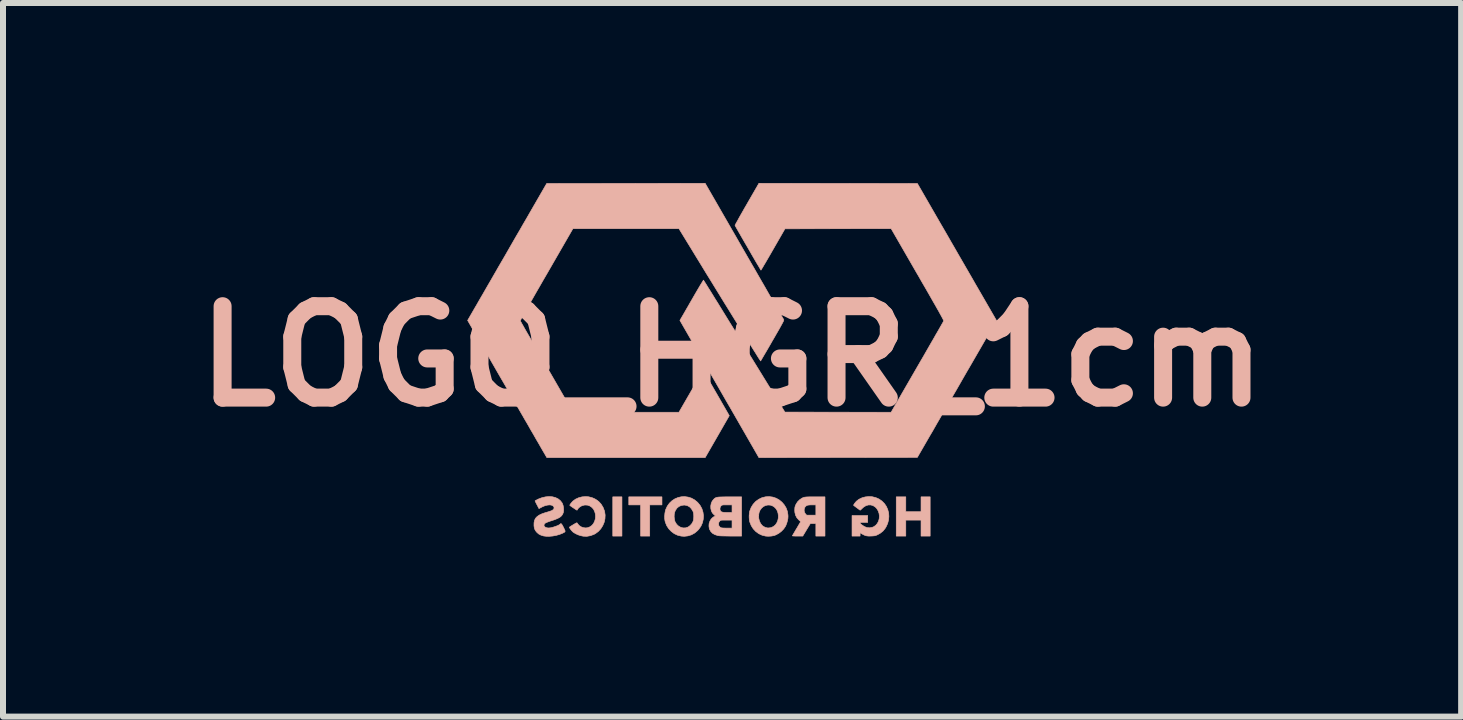
<source format=kicad_pcb>
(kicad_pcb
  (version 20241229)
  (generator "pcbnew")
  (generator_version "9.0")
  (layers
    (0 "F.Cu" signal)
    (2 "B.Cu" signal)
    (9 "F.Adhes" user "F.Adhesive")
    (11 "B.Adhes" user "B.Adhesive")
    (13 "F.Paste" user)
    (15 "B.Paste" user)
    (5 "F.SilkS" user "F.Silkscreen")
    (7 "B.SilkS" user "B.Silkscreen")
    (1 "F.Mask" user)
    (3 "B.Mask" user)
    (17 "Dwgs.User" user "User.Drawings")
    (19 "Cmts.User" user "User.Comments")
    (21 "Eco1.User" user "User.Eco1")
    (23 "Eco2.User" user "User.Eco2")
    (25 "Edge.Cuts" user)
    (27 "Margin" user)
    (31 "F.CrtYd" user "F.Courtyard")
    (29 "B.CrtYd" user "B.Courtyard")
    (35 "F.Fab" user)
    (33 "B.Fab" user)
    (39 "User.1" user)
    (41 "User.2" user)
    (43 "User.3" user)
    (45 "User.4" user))
  (footprint "LOGO_HGR_1cm"
    (layer "F.Cu")
    (at 9.151 2.888)
    (property "Reference" "LOGO_HGR_1cm" (at 0 0 0) (layer "B.SilkS") (effects (font (size 1.524 1.524) (thickness 0.3))))
    (attr through_hole)
    (fp_poly (pts (xy -1.835 2.997) (xy -1.988 2.997) (xy -1.988 2.343) (xy -1.835 2.343) (xy -1.835 2.997)) (stroke (width 0.01) (type solid)) (fill yes) (layer "B.SilkS"))
    (fp_poly (pts (xy -1.168 2.477) (xy -1.372 2.477) (xy -1.372 2.997) (xy -1.524 2.997) (xy -1.524 2.477) (xy -1.721 2.477) (xy -1.721 2.343) (xy -1.168 2.343) (xy -1.168 2.477)) (stroke (width 0.01) (type solid)) (fill yes) (layer "B.SilkS"))
    (fp_poly (pts (xy 2.896 2.591) (xy 3.15 2.591) (xy 3.15 2.343) (xy 3.302 2.343) (xy 3.302 2.997) (xy 3.15 2.997) (xy 3.15 2.731) (xy 2.896 2.731) (xy 2.896 2.997) (xy 2.737 2.997) (xy 2.737 2.343) (xy 2.896 2.343) (xy 2.896 2.591)) (stroke (width 0.01) (type solid)) (fill yes) (layer "B.SilkS"))
    (fp_poly (pts (xy 1.549 2.997) (xy 1.397 2.997) (xy 1.397 2.788) (xy 1.305 2.788) (xy 1.242 2.892) (xy 1.179 2.997) (xy 1.091 2.997) (xy 1.059 2.997) (xy 1.033 2.996) (xy 1.015 2.995) (xy 1.006 2.993) (xy 1.005 2.992) (xy 1.009 2.986) (xy 1.018 2.97) (xy 1.032 2.946) (xy 1.049 2.917) (xy 1.069 2.883) (xy 1.076 2.872) (xy 1.144 2.756) (xy 1.113 2.728) (xy 1.08 2.691) (xy 1.059 2.65) (xy 1.047 2.602) (xy 1.045 2.572) (xy 1.202 2.572) (xy 1.208 2.601) (xy 1.224 2.627) (xy 1.226 2.629) (xy 1.243 2.648) (xy 1.397 2.648) (xy 1.397 2.477) (xy 1.338 2.477) (xy 1.309 2.477) (xy 1.282 2.479) (xy 1.261 2.482) (xy 1.256 2.483) (xy 1.232 2.496) (xy 1.214 2.517) (xy 1.204 2.543) (xy 1.202 2.572) (xy 1.045 2.572) (xy 1.045 2.565) (xy 1.046 2.537) (xy 1.048 2.515) (xy 1.054 2.496) (xy 1.063 2.474) (xy 1.065 2.469) (xy 1.092 2.426) (xy 1.127 2.391) (xy 1.167 2.364) (xy 1.185 2.356) (xy 1.196 2.352) (xy 1.208 2.349) (xy 1.223 2.347) (xy 1.241 2.345) (xy 1.264 2.344) (xy 1.296 2.343) (xy 1.336 2.343) (xy 1.385 2.343) (xy 1.549 2.343) (xy 1.549 2.997)) (stroke (width 0.01) (type solid)) (fill yes) (layer "B.SilkS"))
    (fp_poly (pts (xy 0.68 2.347) (xy 0.736 2.366) (xy 0.787 2.395) (xy 0.832 2.432) (xy 0.87 2.476) (xy 0.901 2.527) (xy 0.922 2.584) (xy 0.932 2.645) (xy 0.933 2.671) (xy 0.931 2.704) (xy 0.923 2.743) (xy 0.912 2.782) (xy 0.898 2.818) (xy 0.891 2.833) (xy 0.862 2.876) (xy 0.824 2.916) (xy 0.78 2.95) (xy 0.733 2.976) (xy 0.702 2.988) (xy 0.654 2.997) (xy 0.603 3) (xy 0.559 2.997) (xy 0.499 2.982) (xy 0.444 2.956) (xy 0.395 2.92) (xy 0.353 2.875) (xy 0.32 2.823) (xy 0.296 2.763) (xy 0.295 2.76) (xy 0.288 2.723) (xy 0.285 2.679) (xy 0.286 2.653) (xy 0.443 2.653) (xy 0.445 2.7) (xy 0.456 2.745) (xy 0.475 2.786) (xy 0.501 2.819) (xy 0.521 2.835) (xy 0.559 2.854) (xy 0.598 2.862) (xy 0.639 2.858) (xy 0.654 2.854) (xy 0.691 2.837) (xy 0.722 2.811) (xy 0.745 2.778) (xy 0.762 2.739) (xy 0.771 2.698) (xy 0.772 2.655) (xy 0.766 2.613) (xy 0.753 2.574) (xy 0.731 2.539) (xy 0.702 2.51) (xy 0.679 2.496) (xy 0.639 2.481) (xy 0.598 2.479) (xy 0.559 2.487) (xy 0.522 2.505) (xy 0.491 2.532) (xy 0.466 2.567) (xy 0.45 2.607) (xy 0.443 2.653) (xy 0.286 2.653) (xy 0.287 2.634) (xy 0.292 2.593) (xy 0.295 2.58) (xy 0.319 2.519) (xy 0.352 2.466) (xy 0.394 2.42) (xy 0.444 2.384) (xy 0.499 2.357) (xy 0.56 2.342) (xy 0.621 2.339) (xy 0.68 2.347)) (stroke (width 0.01) (type solid)) (fill yes) (layer "B.SilkS"))
    (fp_poly (pts (xy -0.733 2.347) (xy -0.678 2.364) (xy -0.625 2.393) (xy -0.576 2.433) (xy -0.572 2.437) (xy -0.532 2.486) (xy -0.502 2.541) (xy -0.484 2.599) (xy -0.476 2.658) (xy -0.48 2.718) (xy -0.494 2.777) (xy -0.519 2.833) (xy -0.556 2.885) (xy -0.575 2.906) (xy -0.623 2.946) (xy -0.677 2.976) (xy -0.736 2.994) (xy -0.797 3.001) (xy -0.848 2.997) (xy -0.909 2.982) (xy -0.964 2.956) (xy -1.013 2.919) (xy -1.055 2.875) (xy -1.089 2.823) (xy -1.112 2.765) (xy -1.118 2.742) (xy -1.123 2.705) (xy -1.123 2.672) (xy -0.965 2.672) (xy -0.961 2.712) (xy -0.953 2.748) (xy -0.947 2.763) (xy -0.923 2.801) (xy -0.891 2.831) (xy -0.855 2.851) (xy -0.816 2.861) (xy -0.775 2.86) (xy -0.735 2.847) (xy -0.731 2.845) (xy -0.698 2.821) (xy -0.669 2.788) (xy -0.653 2.759) (xy -0.645 2.739) (xy -0.641 2.719) (xy -0.639 2.694) (xy -0.638 2.67) (xy -0.639 2.638) (xy -0.642 2.615) (xy -0.647 2.595) (xy -0.653 2.581) (xy -0.678 2.54) (xy -0.709 2.509) (xy -0.746 2.489) (xy -0.789 2.48) (xy -0.8 2.48) (xy -0.844 2.486) (xy -0.884 2.503) (xy -0.917 2.53) (xy -0.943 2.567) (xy -0.956 2.599) (xy -0.963 2.632) (xy -0.965 2.672) (xy -1.123 2.672) (xy -1.123 2.661) (xy -1.119 2.615) (xy -1.111 2.574) (xy -1.106 2.556) (xy -1.079 2.498) (xy -1.044 2.449) (xy -1.002 2.409) (xy -0.954 2.377) (xy -0.902 2.355) (xy -0.847 2.342) (xy -0.79 2.339) (xy -0.733 2.347)) (stroke (width 0.01) (type solid)) (fill yes) (layer "B.SilkS"))
    (fp_poly (pts (xy 2.336 2.341) (xy 2.397 2.356) (xy 2.452 2.381) (xy 2.499 2.414) (xy 2.54 2.455) (xy 2.572 2.502) (xy 2.595 2.554) (xy 2.61 2.61) (xy 2.614 2.668) (xy 2.609 2.728) (xy 2.593 2.788) (xy 2.566 2.846) (xy 2.551 2.87) (xy 2.515 2.914) (xy 2.468 2.951) (xy 2.422 2.976) (xy 2.401 2.985) (xy 2.38 2.991) (xy 2.356 2.994) (xy 2.324 2.996) (xy 2.321 2.996) (xy 2.28 2.997) (xy 2.247 2.994) (xy 2.219 2.987) (xy 2.192 2.975) (xy 2.17 2.963) (xy 2.134 2.941) (xy 2.134 2.997) (xy 2 2.997) (xy 2 2.654) (xy 2.261 2.654) (xy 2.261 2.769) (xy 2.197 2.769) (xy 2.165 2.769) (xy 2.144 2.771) (xy 2.135 2.776) (xy 2.136 2.784) (xy 2.147 2.797) (xy 2.162 2.809) (xy 2.205 2.838) (xy 2.249 2.855) (xy 2.294 2.859) (xy 2.337 2.851) (xy 2.36 2.842) (xy 2.395 2.818) (xy 2.422 2.786) (xy 2.442 2.748) (xy 2.453 2.706) (xy 2.456 2.662) (xy 2.45 2.618) (xy 2.435 2.576) (xy 2.412 2.538) (xy 2.388 2.513) (xy 2.352 2.49) (xy 2.313 2.478) (xy 2.272 2.478) (xy 2.232 2.49) (xy 2.194 2.513) (xy 2.174 2.531) (xy 2.157 2.547) (xy 2.144 2.56) (xy 2.136 2.565) (xy 2.136 2.565) (xy 2.13 2.562) (xy 2.116 2.552) (xy 2.097 2.538) (xy 2.081 2.526) (xy 2.059 2.51) (xy 2.041 2.496) (xy 2.03 2.488) (xy 2.027 2.486) (xy 2.027 2.479) (xy 2.034 2.465) (xy 2.046 2.448) (xy 2.061 2.43) (xy 2.074 2.415) (xy 2.116 2.383) (xy 2.166 2.359) (xy 2.221 2.344) (xy 2.28 2.338) (xy 2.336 2.341)) (stroke (width 0.01) (type solid)) (fill yes) (layer "B.SilkS"))
    (fp_poly (pts (xy -2.39 2.342) (xy -2.329 2.358) (xy -2.273 2.384) (xy -2.223 2.42) (xy -2.182 2.465) (xy -2.149 2.519) (xy -2.126 2.579) (xy -2.124 2.587) (xy -2.115 2.647) (xy -2.118 2.708) (xy -2.131 2.767) (xy -2.155 2.823) (xy -2.187 2.874) (xy -2.228 2.919) (xy -2.276 2.955) (xy -2.3 2.968) (xy -2.359 2.99) (xy -2.419 3.001) (xy -2.48 2.999) (xy -2.522 2.99) (xy -2.566 2.976) (xy -2.607 2.957) (xy -2.642 2.936) (xy -2.65 2.93) (xy -2.663 2.917) (xy -2.679 2.9) (xy -2.693 2.881) (xy -2.705 2.864) (xy -2.711 2.852) (xy -2.711 2.85) (xy -2.706 2.845) (xy -2.693 2.836) (xy -2.674 2.824) (xy -2.651 2.81) (xy -2.629 2.797) (xy -2.609 2.785) (xy -2.594 2.778) (xy -2.587 2.775) (xy -2.58 2.78) (xy -2.572 2.792) (xy -2.571 2.794) (xy -2.549 2.82) (xy -2.519 2.841) (xy -2.483 2.855) (xy -2.444 2.861) (xy -2.407 2.858) (xy -2.406 2.857) (xy -2.367 2.842) (xy -2.334 2.818) (xy -2.308 2.786) (xy -2.29 2.749) (xy -2.278 2.708) (xy -2.275 2.666) (xy -2.279 2.624) (xy -2.291 2.584) (xy -2.31 2.547) (xy -2.339 2.516) (xy -2.37 2.495) (xy -2.41 2.481) (xy -2.453 2.479) (xy -2.485 2.486) (xy -2.512 2.496) (xy -2.538 2.512) (xy -2.559 2.53) (xy -2.573 2.548) (xy -2.575 2.553) (xy -2.581 2.563) (xy -2.585 2.565) (xy -2.591 2.562) (xy -2.606 2.553) (xy -2.625 2.54) (xy -2.648 2.525) (xy -2.67 2.51) (xy -2.69 2.496) (xy -2.704 2.485) (xy -2.703 2.479) (xy -2.696 2.466) (xy -2.683 2.449) (xy -2.668 2.431) (xy -2.652 2.414) (xy -2.651 2.413) (xy -2.607 2.381) (xy -2.556 2.358) (xy -2.499 2.343) (xy -2.439 2.339) (xy -2.39 2.342)) (stroke (width 0.01) (type solid)) (fill yes) (layer "B.SilkS"))
    (fp_poly (pts (xy 0.159 2.997) (xy -0.021 2.997) (xy -0.082 2.996) (xy -0.135 2.995) (xy -0.179 2.994) (xy -0.211 2.992) (xy -0.232 2.989) (xy -0.235 2.989) (xy -0.285 2.973) (xy -0.325 2.951) (xy -0.354 2.921) (xy -0.375 2.883) (xy -0.379 2.871) (xy -0.385 2.83) (xy -0.383 2.797) (xy -0.226 2.797) (xy -0.22 2.823) (xy -0.204 2.844) (xy -0.195 2.852) (xy -0.185 2.857) (xy -0.173 2.86) (xy -0.156 2.862) (xy -0.133 2.863) (xy -0.1 2.864) (xy -0.087 2.864) (xy 0 2.864) (xy 0 2.731) (xy -0.096 2.731) (xy -0.132 2.731) (xy -0.159 2.731) (xy -0.176 2.732) (xy -0.188 2.734) (xy -0.196 2.738) (xy -0.202 2.743) (xy -0.206 2.747) (xy -0.221 2.771) (xy -0.226 2.797) (xy -0.383 2.797) (xy -0.382 2.788) (xy -0.369 2.749) (xy -0.349 2.714) (xy -0.322 2.687) (xy -0.299 2.672) (xy -0.285 2.666) (xy -0.279 2.661) (xy -0.279 2.661) (xy -0.284 2.655) (xy -0.295 2.645) (xy -0.302 2.639) (xy -0.328 2.611) (xy -0.345 2.576) (xy -0.354 2.536) (xy -0.354 2.535) (xy -0.201 2.535) (xy -0.2 2.56) (xy -0.195 2.572) (xy -0.187 2.584) (xy -0.175 2.593) (xy -0.158 2.598) (xy -0.134 2.602) (xy -0.1 2.603) (xy -0.078 2.603) (xy 0 2.603) (xy 0 2.477) (xy -0.082 2.477) (xy -0.116 2.477) (xy -0.14 2.477) (xy -0.156 2.479) (xy -0.167 2.482) (xy -0.176 2.486) (xy -0.181 2.491) (xy -0.195 2.51) (xy -0.201 2.535) (xy -0.354 2.535) (xy -0.355 2.494) (xy -0.347 2.453) (xy -0.331 2.415) (xy -0.307 2.385) (xy -0.296 2.374) (xy -0.285 2.365) (xy -0.273 2.358) (xy -0.258 2.353) (xy -0.24 2.349) (xy -0.216 2.346) (xy -0.186 2.345) (xy -0.146 2.344) (xy -0.098 2.343) (xy -0.04 2.343) (xy 0.159 2.343) (xy 0.159 2.997)) (stroke (width 0.01) (type solid)) (fill yes) (layer "B.SilkS"))
    (fp_poly (pts (xy -2.993 2.342) (xy -2.943 2.355) (xy -2.898 2.377) (xy -2.861 2.407) (xy -2.832 2.445) (xy -2.828 2.453) (xy -2.816 2.485) (xy -2.809 2.522) (xy -2.807 2.56) (xy -2.81 2.595) (xy -2.813 2.607) (xy -2.824 2.633) (xy -2.839 2.656) (xy -2.86 2.676) (xy -2.889 2.694) (xy -2.926 2.711) (xy -2.973 2.729) (xy -3.007 2.74) (xy -3.041 2.751) (xy -3.071 2.762) (xy -3.095 2.772) (xy -3.11 2.779) (xy -3.113 2.781) (xy -3.13 2.799) (xy -3.135 2.817) (xy -3.129 2.833) (xy -3.115 2.847) (xy -3.093 2.857) (xy -3.065 2.862) (xy -3.033 2.86) (xy -3.005 2.855) (xy -2.974 2.846) (xy -2.941 2.835) (xy -2.911 2.824) (xy -2.886 2.812) (xy -2.868 2.801) (xy -2.861 2.794) (xy -2.854 2.788) (xy -2.847 2.791) (xy -2.837 2.802) (xy -2.824 2.823) (xy -2.808 2.854) (xy -2.794 2.883) (xy -2.785 2.903) (xy -2.782 2.917) (xy -2.786 2.927) (xy -2.797 2.935) (xy -2.815 2.944) (xy -2.824 2.949) (xy -2.874 2.969) (xy -2.93 2.985) (xy -2.989 2.996) (xy -3.047 3.001) (xy -3.101 3) (xy -3.141 2.995) (xy -3.186 2.981) (xy -3.222 2.962) (xy -3.252 2.936) (xy -3.275 2.908) (xy -3.29 2.879) (xy -3.298 2.846) (xy -3.301 2.819) (xy -3.3 2.774) (xy -3.292 2.735) (xy -3.276 2.701) (xy -3.25 2.673) (xy -3.215 2.648) (xy -3.169 2.626) (xy -3.111 2.606) (xy -3.092 2.601) (xy -3.062 2.592) (xy -3.034 2.583) (xy -3.012 2.575) (xy -3.002 2.571) (xy -2.979 2.555) (xy -2.967 2.536) (xy -2.967 2.517) (xy -2.979 2.498) (xy -2.981 2.496) (xy -3.004 2.483) (xy -3.035 2.477) (xy -3.072 2.48) (xy -3.113 2.489) (xy -3.156 2.506) (xy -3.179 2.518) (xy -3.218 2.539) (xy -3.25 2.477) (xy -3.264 2.451) (xy -3.274 2.43) (xy -3.281 2.415) (xy -3.283 2.41) (xy -3.278 2.406) (xy -3.263 2.398) (xy -3.242 2.387) (xy -3.231 2.381) (xy -3.168 2.357) (xy -3.107 2.343) (xy -3.049 2.338) (xy -2.993 2.342)) (stroke (width 0.01) (type solid)) (fill yes) (layer "B.SilkS"))
    (fp_poly (pts (xy 3.089 -2.88) (xy 3.472 -2.216) (xy 3.528 -2.12) (xy 3.587 -2.018) (xy 3.647 -1.913) (xy 3.709 -1.806) (xy 3.771 -1.698) (xy 3.833 -1.591) (xy 3.893 -1.487) (xy 3.951 -1.387) (xy 4.006 -1.292) (xy 4.056 -1.204) (xy 4.102 -1.125) (xy 4.131 -1.075) (xy 4.407 -0.597) (xy 3.968 0.163) (xy 3.91 0.262) (xy 3.852 0.363) (xy 3.793 0.466) (xy 3.734 0.569) (xy 3.675 0.67) (xy 3.618 0.77) (xy 3.562 0.866) (xy 3.509 0.957) (xy 3.459 1.044) (xy 3.413 1.123) (xy 3.372 1.195) (xy 3.336 1.258) (xy 3.308 1.305) (xy 3.088 1.686) (xy 1.768 1.687) (xy 0.448 1.689) (xy 0.018 0.941) (xy -0.039 0.842) (xy -0.098 0.741) (xy -0.157 0.638) (xy -0.216 0.535) (xy -0.275 0.433) (xy -0.333 0.332) (xy -0.389 0.235) (xy -0.442 0.142) (xy -0.493 0.055) (xy -0.539 -0.026) (xy -0.581 -0.099) (xy -0.618 -0.163) (xy -0.641 -0.202) (xy -0.869 -0.598) (xy -0.802 -0.713) (xy -0.783 -0.746) (xy -0.759 -0.788) (xy -0.731 -0.836) (xy -0.701 -0.889) (xy -0.669 -0.944) (xy -0.637 -1) (xy -0.608 -1.05) (xy -0.58 -1.098) (xy -0.554 -1.142) (xy -0.531 -1.181) (xy -0.51 -1.215) (xy -0.494 -1.241) (xy -0.483 -1.259) (xy -0.476 -1.268) (xy -0.476 -1.269) (xy -0.472 -1.263) (xy -0.462 -1.247) (xy -0.446 -1.222) (xy -0.424 -1.187) (xy -0.397 -1.143) (xy -0.364 -1.091) (xy -0.327 -1.031) (xy -0.286 -0.964) (xy -0.24 -0.891) (xy -0.191 -0.811) (xy -0.138 -0.725) (xy -0.082 -0.634) (xy -0.023 -0.538) (xy 0.039 -0.439) (xy 0.103 -0.335) (xy 0.168 -0.228) (xy 0.205 -0.168) (xy 0.881 0.93) (xy 1.766 0.932) (xy 2.651 0.933) (xy 3.086 0.18) (xy 3.138 0.09) (xy 3.189 0.003) (xy 3.237 -0.081) (xy 3.283 -0.161) (xy 3.326 -0.236) (xy 3.366 -0.305) (xy 3.402 -0.369) (xy 3.435 -0.425) (xy 3.463 -0.474) (xy 3.487 -0.516) (xy 3.505 -0.548) (xy 3.518 -0.571) (xy 3.525 -0.584) (xy 3.527 -0.587) (xy 3.527 -0.59) (xy 3.525 -0.596) (xy 3.522 -0.605) (xy 3.516 -0.618) (xy 3.508 -0.634) (xy 3.496 -0.656) (xy 3.482 -0.682) (xy 3.464 -0.714) (xy 3.443 -0.753) (xy 3.417 -0.798) (xy 3.388 -0.85) (xy 3.353 -0.91) (xy 3.314 -0.979) (xy 3.27 -1.056) (xy 3.22 -1.143) (xy 3.164 -1.239) (xy 3.103 -1.346) (xy 3.092 -1.364) (xy 2.652 -2.127) (xy 1.767 -2.126) (xy 0.882 -2.124) (xy 0.684 -1.78) (xy 0.649 -1.719) (xy 0.616 -1.662) (xy 0.585 -1.609) (xy 0.558 -1.562) (xy 0.533 -1.521) (xy 0.513 -1.486) (xy 0.497 -1.46) (xy 0.487 -1.443) (xy 0.482 -1.436) (xy 0.482 -1.435) (xy 0.478 -1.441) (xy 0.469 -1.456) (xy 0.455 -1.48) (xy 0.436 -1.512) (xy 0.413 -1.55) (xy 0.387 -1.594) (xy 0.359 -1.643) (xy 0.329 -1.694) (xy 0.298 -1.749) (xy 0.266 -1.804) (xy 0.234 -1.859) (xy 0.202 -1.914) (xy 0.172 -1.966) (xy 0.144 -2.015) (xy 0.118 -2.06) (xy 0.096 -2.099) (xy 0.077 -2.132) (xy 0.062 -2.158) (xy 0.053 -2.175) (xy 0.05 -2.182) (xy 0.052 -2.188) (xy 0.061 -2.205) (xy 0.075 -2.231) (xy 0.094 -2.264) (xy 0.116 -2.305) (xy 0.143 -2.353) (xy 0.173 -2.405) (xy 0.205 -2.462) (xy 0.24 -2.522) (xy 0.248 -2.536) (xy 0.448 -2.883) (xy 3.089 -2.88)) (stroke (width 0.01) (type solid)) (fill yes) (layer "B.SilkS"))
    (fp_poly (pts (xy -0.01 -2.122) (xy 0.08 -1.966) (xy 0.163 -1.821) (xy 0.241 -1.686) (xy 0.313 -1.561) (xy 0.38 -1.446) (xy 0.441 -1.339) (xy 0.497 -1.242) (xy 0.548 -1.154) (xy 0.594 -1.073) (xy 0.636 -1) (xy 0.674 -0.935) (xy 0.707 -0.877) (xy 0.737 -0.826) (xy 0.762 -0.781) (xy 0.785 -0.743) (xy 0.804 -0.71) (xy 0.82 -0.682) (xy 0.833 -0.66) (xy 0.843 -0.642) (xy 0.851 -0.629) (xy 0.856 -0.62) (xy 0.859 -0.614) (xy 0.861 -0.612) (xy 0.862 -0.609) (xy 0.862 -0.604) (xy 0.86 -0.597) (xy 0.857 -0.586) (xy 0.85 -0.572) (xy 0.84 -0.553) (xy 0.827 -0.529) (xy 0.81 -0.498) (xy 0.789 -0.46) (xy 0.762 -0.413) (xy 0.73 -0.358) (xy 0.693 -0.293) (xy 0.675 -0.263) (xy 0.641 -0.203) (xy 0.608 -0.146) (xy 0.578 -0.094) (xy 0.55 -0.047) (xy 0.526 -0.006) (xy 0.506 0.028) (xy 0.491 0.054) (xy 0.481 0.071) (xy 0.477 0.078) (xy 0.477 0.078) (xy 0.473 0.073) (xy 0.463 0.058) (xy 0.446 0.033) (xy 0.424 -0.002) (xy 0.397 -0.046) (xy 0.364 -0.098) (xy 0.326 -0.159) (xy 0.283 -0.228) (xy 0.236 -0.304) (xy 0.184 -0.387) (xy 0.129 -0.477) (xy 0.07 -0.572) (xy 0.007 -0.674) (xy -0.059 -0.781) (xy -0.128 -0.892) (xy -0.199 -1.008) (xy -0.273 -1.128) (xy -0.349 -1.252) (xy -0.427 -1.378) (xy -0.506 -1.508) (xy -0.587 -1.64) (xy -0.668 -1.773) (xy -0.751 -1.908) (xy -0.777 -1.951) (xy -0.885 -2.127) (xy -2.652 -2.127) (xy -3.092 -1.364) (xy -3.155 -1.256) (xy -3.211 -1.158) (xy -3.262 -1.07) (xy -3.307 -0.991) (xy -3.347 -0.921) (xy -3.383 -0.86) (xy -3.413 -0.806) (xy -3.439 -0.76) (xy -3.461 -0.72) (xy -3.48 -0.687) (xy -3.494 -0.66) (xy -3.506 -0.638) (xy -3.515 -0.62) (xy -3.521 -0.607) (xy -3.525 -0.598) (xy -3.527 -0.591) (xy -3.527 -0.588) (xy -3.527 -0.587) (xy -3.523 -0.58) (xy -3.513 -0.563) (xy -3.498 -0.535) (xy -3.477 -0.499) (xy -3.452 -0.454) (xy -3.422 -0.402) (xy -3.387 -0.342) (xy -3.349 -0.276) (xy -3.308 -0.205) (xy -3.264 -0.128) (xy -3.217 -0.046) (xy -3.167 0.04) (xy -3.116 0.128) (xy -3.086 0.18) (xy -2.651 0.933) (xy -1.768 0.933) (xy -0.885 0.933) (xy -0.685 0.587) (xy -0.65 0.527) (xy -0.617 0.47) (xy -0.586 0.417) (xy -0.558 0.369) (xy -0.534 0.328) (xy -0.513 0.294) (xy -0.497 0.268) (xy -0.486 0.251) (xy -0.481 0.243) (xy -0.48 0.243) (xy -0.476 0.249) (xy -0.467 0.265) (xy -0.451 0.29) (xy -0.432 0.323) (xy -0.408 0.364) (xy -0.38 0.411) (xy -0.349 0.464) (xy -0.316 0.521) (xy -0.281 0.582) (xy -0.26 0.618) (xy -0.046 0.99) (xy -0.247 1.34) (xy -0.448 1.689) (xy -1.767 1.689) (xy -3.086 1.689) (xy -3.095 1.675) (xy -3.099 1.667) (xy -3.11 1.649) (xy -3.125 1.622) (xy -3.146 1.587) (xy -3.171 1.544) (xy -3.199 1.495) (xy -3.231 1.439) (xy -3.266 1.38) (xy -3.302 1.316) (xy -3.341 1.249) (xy -3.344 1.245) (xy -3.397 1.151) (xy -3.452 1.057) (xy -3.507 0.961) (xy -3.565 0.861) (xy -3.624 0.758) (xy -3.686 0.651) (xy -3.751 0.538) (xy -3.82 0.419) (xy -3.893 0.293) (xy -3.97 0.159) (xy -4.052 0.017) (xy -4.14 -0.135) (xy -4.219 -0.272) (xy -4.407 -0.598) (xy -4.278 -0.821) (xy -4.252 -0.865) (xy -4.222 -0.918) (xy -4.186 -0.98) (xy -4.147 -1.047) (xy -4.105 -1.12) (xy -4.062 -1.195) (xy -4.017 -1.272) (xy -3.973 -1.349) (xy -3.929 -1.425) (xy -3.907 -1.464) (xy -3.864 -1.538) (xy -3.815 -1.622) (xy -3.763 -1.712) (xy -3.708 -1.808) (xy -3.651 -1.907) (xy -3.593 -2.008) (xy -3.535 -2.107) (xy -3.479 -2.205) (xy -3.425 -2.297) (xy -3.377 -2.381) (xy -3.089 -2.88) (xy -1.768 -2.881) (xy -0.448 -2.883) (xy -0.01 -2.122)) (stroke (width 0.01) (type solid)) (fill yes) (layer "B.SilkS")))
  (gr_rect
    (start -3 -3)
    (end 21.303 8.894)
    (stroke (width 0.1) (type default))
    (fill no)
    (layer "Edge.Cuts")))
</source>
